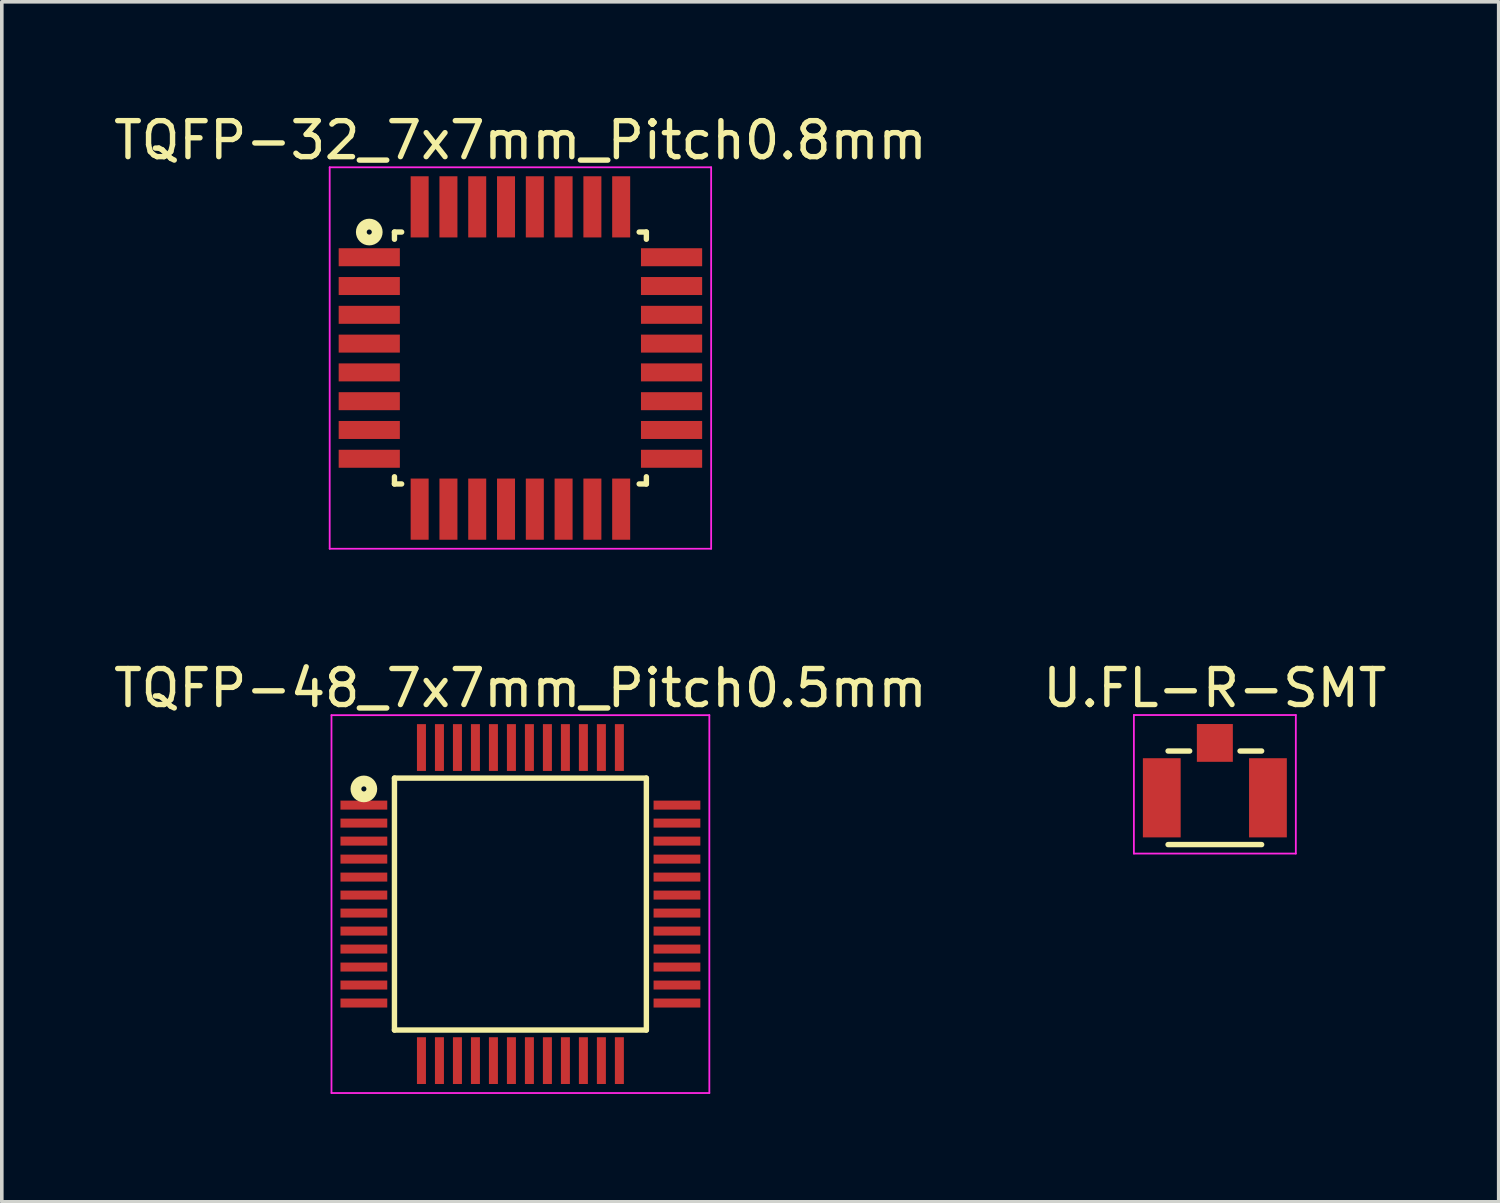
<source format=kicad_pcb>
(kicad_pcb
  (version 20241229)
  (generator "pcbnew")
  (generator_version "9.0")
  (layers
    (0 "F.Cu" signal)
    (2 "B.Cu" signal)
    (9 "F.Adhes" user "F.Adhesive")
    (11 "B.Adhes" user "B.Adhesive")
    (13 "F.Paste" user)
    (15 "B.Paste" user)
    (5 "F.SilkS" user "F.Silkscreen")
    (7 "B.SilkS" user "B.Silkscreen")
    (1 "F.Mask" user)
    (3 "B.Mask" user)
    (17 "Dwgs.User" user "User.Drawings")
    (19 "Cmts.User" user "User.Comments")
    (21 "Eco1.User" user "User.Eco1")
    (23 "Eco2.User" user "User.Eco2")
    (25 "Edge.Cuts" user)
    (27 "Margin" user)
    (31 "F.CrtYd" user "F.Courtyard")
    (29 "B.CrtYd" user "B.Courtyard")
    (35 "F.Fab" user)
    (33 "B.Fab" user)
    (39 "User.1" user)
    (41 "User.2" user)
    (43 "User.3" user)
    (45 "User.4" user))
  (footprint "U.FL-R-SMT"
    (layer "F.Cu")
    (at 30.708 19.119)
    (property "Reference" "U.FL-R-SMT" (at 0 -3.048 0) (layer "F.SilkS") (effects (font (size 1 1) (thickness 0.15))))
    (attr through_hole)
    (fp_line (start -1.3 -1.3) (end -0.7 -1.3) (stroke (width 0.15) (type solid)) (layer "F.SilkS"))
    (fp_line (start -1.3 1.3) (end 1.3 1.3) (stroke (width 0.15) (type solid)) (layer "F.SilkS"))
    (fp_line (start 0.7 -1.3) (end 1.3 -1.3) (stroke (width 0.15) (type solid)) (layer "F.SilkS"))
    (fp_line (start -2.25 -2.3) (end -2.25 1.55) (stroke (width 0.05) (type solid)) (layer "F.CrtYd"))
    (fp_line (start -2.25 1.55) (end 2.25 1.55) (stroke (width 0.05) (type solid)) (layer "F.CrtYd"))
    (fp_line (start 2.25 -2.3) (end -2.25 -2.3) (stroke (width 0.05) (type solid)) (layer "F.CrtYd"))
    (fp_line (start 2.25 1.55) (end 2.25 -2.3) (stroke (width 0.05) (type solid)) (layer "F.CrtYd"))
    (pad "1" smd rect (at 0 -1.525) (size 1 1.05) (layers "F.Cu" "F.Mask" "F.Paste"))
    (pad "2" smd rect (at -1.475 0) (size 1.05 2.2) (layers "F.Cu" "F.Mask" "F.Paste"))
    (pad "3" smd rect (at 1.475 0) (size 1.05 2.2) (layers "F.Cu" "F.Mask" "F.Paste")))
  (footprint "TQFP-32_7x7mm_Pitch0.8mm"
    (layer "F.Cu")
    (at 11.411 6.898)
    (property "Reference" "TQFP-32_7x7mm_Pitch0.8mm" (at 0 -6.05 0) (layer "F.SilkS") (effects (font (size 1 1) (thickness 0.15))))
    (attr smd)
    (fp_line (start -3.5 -3.5) (end -3.5 -3.3) (stroke (width 0.15) (type solid)) (layer "F.SilkS"))
    (fp_line (start -3.5 -3.5) (end -3.3 -3.5) (stroke (width 0.15) (type solid)) (layer "F.SilkS"))
    (fp_line (start -3.5 3.5) (end -3.5 3.3) (stroke (width 0.15) (type solid)) (layer "F.SilkS"))
    (fp_line (start -3.5 3.5) (end -3.3 3.5) (stroke (width 0.15) (type solid)) (layer "F.SilkS"))
    (fp_line (start 3.5 -3.5) (end 3.3 -3.5) (stroke (width 0.15) (type solid)) (layer "F.SilkS"))
    (fp_line (start 3.5 -3.5) (end 3.5 -3.3) (stroke (width 0.15) (type solid)) (layer "F.SilkS"))
    (fp_line (start 3.5 3.5) (end 3.3 3.5) (stroke (width 0.15) (type solid)) (layer "F.SilkS"))
    (fp_line (start 3.5 3.5) (end 3.5 3.3) (stroke (width 0.15) (type solid)) (layer "F.SilkS"))
    (fp_circle (center -4.2 -3.5) (end -4.25 -3.55) (stroke (width 0.3) (type solid)) (fill no) (layer "F.SilkS"))
    (fp_line (start -5.3 -5.3) (end -5.3 5.3) (stroke (width 0.05) (type solid)) (layer "F.CrtYd"))
    (fp_line (start -5.3 -5.3) (end 5.3 -5.3) (stroke (width 0.05) (type solid)) (layer "F.CrtYd"))
    (fp_line (start -5.3 5.3) (end 5.3 5.3) (stroke (width 0.05) (type solid)) (layer "F.CrtYd"))
    (fp_line (start 5.3 -5.3) (end 5.3 5.3) (stroke (width 0.05) (type solid)) (layer "F.CrtYd"))
    (pad "1" smd rect (at -4.2 -2.8) (size 1.7 0.5) (layers "F.Cu" "F.Mask" "F.Paste"))
    (pad "2" smd rect (at -4.2 -2) (size 1.7 0.5) (layers "F.Cu" "F.Mask" "F.Paste"))
    (pad "3" smd rect (at -4.2 -1.2) (size 1.7 0.5) (layers "F.Cu" "F.Mask" "F.Paste"))
    (pad "4" smd rect (at -4.2 -0.4) (size 1.7 0.5) (layers "F.Cu" "F.Mask" "F.Paste"))
    (pad "5" smd rect (at -4.2 0.4) (size 1.7 0.5) (layers "F.Cu" "F.Mask" "F.Paste"))
    (pad "6" smd rect (at -4.2 1.2) (size 1.7 0.5) (layers "F.Cu" "F.Mask" "F.Paste"))
    (pad "7" smd rect (at -4.2 2) (size 1.7 0.5) (layers "F.Cu" "F.Mask" "F.Paste"))
    (pad "8" smd rect (at -4.2 2.8) (size 1.7 0.5) (layers "F.Cu" "F.Mask" "F.Paste"))
    (pad "9" smd rect (at -2.8 4.2 90) (size 1.7 0.5) (layers "F.Cu" "F.Mask" "F.Paste"))
    (pad "10" smd rect (at -2 4.2 90) (size 1.7 0.5) (layers "F.Cu" "F.Mask" "F.Paste"))
    (pad "11" smd rect (at -1.2 4.2 90) (size 1.7 0.5) (layers "F.Cu" "F.Mask" "F.Paste"))
    (pad "12" smd rect (at -0.4 4.2 90) (size 1.7 0.5) (layers "F.Cu" "F.Mask" "F.Paste"))
    (pad "13" smd rect (at 0.4 4.2 90) (size 1.7 0.5) (layers "F.Cu" "F.Mask" "F.Paste"))
    (pad "14" smd rect (at 1.2 4.2 90) (size 1.7 0.5) (layers "F.Cu" "F.Mask" "F.Paste"))
    (pad "15" smd rect (at 2 4.2 90) (size 1.7 0.5) (layers "F.Cu" "F.Mask" "F.Paste"))
    (pad "16" smd rect (at 2.8 4.2 90) (size 1.7 0.5) (layers "F.Cu" "F.Mask" "F.Paste"))
    (pad "17" smd rect (at 4.2 2.8) (size 1.7 0.5) (layers "F.Cu" "F.Mask" "F.Paste"))
    (pad "18" smd rect (at 4.2 2) (size 1.7 0.5) (layers "F.Cu" "F.Mask" "F.Paste"))
    (pad "19" smd rect (at 4.2 1.2) (size 1.7 0.5) (layers "F.Cu" "F.Mask" "F.Paste"))
    (pad "20" smd rect (at 4.2 0.4) (size 1.7 0.5) (layers "F.Cu" "F.Mask" "F.Paste"))
    (pad "21" smd rect (at 4.2 -0.4) (size 1.7 0.5) (layers "F.Cu" "F.Mask" "F.Paste"))
    (pad "22" smd rect (at 4.2 -1.2) (size 1.7 0.5) (layers "F.Cu" "F.Mask" "F.Paste"))
    (pad "23" smd rect (at 4.2 -2) (size 1.7 0.5) (layers "F.Cu" "F.Mask" "F.Paste"))
    (pad "24" smd rect (at 4.2 -2.8) (size 1.7 0.5) (layers "F.Cu" "F.Mask" "F.Paste"))
    (pad "25" smd rect (at 2.8 -4.2 90) (size 1.7 0.5) (layers "F.Cu" "F.Mask" "F.Paste"))
    (pad "26" smd rect (at 2 -4.2 90) (size 1.7 0.5) (layers "F.Cu" "F.Mask" "F.Paste"))
    (pad "27" smd rect (at 1.2 -4.2 90) (size 1.7 0.5) (layers "F.Cu" "F.Mask" "F.Paste"))
    (pad "28" smd rect (at 0.4 -4.2 90) (size 1.7 0.5) (layers "F.Cu" "F.Mask" "F.Paste"))
    (pad "29" smd rect (at -0.4 -4.2 90) (size 1.7 0.5) (layers "F.Cu" "F.Mask" "F.Paste"))
    (pad "30" smd rect (at -1.2 -4.2 90) (size 1.7 0.5) (layers "F.Cu" "F.Mask" "F.Paste"))
    (pad "31" smd rect (at -2 -4.2 90) (size 1.7 0.5) (layers "F.Cu" "F.Mask" "F.Paste"))
    (pad "32" smd rect (at -2.8 -4.2 90) (size 1.7 0.5) (layers "F.Cu" "F.Mask" "F.Paste")))
  (footprint "TQFP-48_7x7mm_Pitch0.5mm"
    (layer "F.Cu")
    (at 11.411 22.072)
    (property "Reference" "TQFP-48_7x7mm_Pitch0.5mm" (at 0 -6 0) (layer "F.SilkS") (effects (font (size 1 1) (thickness 0.15))))
    (attr smd)
    (fp_line (start -3.5 -3.5) (end 3.5 -3.5) (stroke (width 0.15) (type solid)) (layer "F.SilkS"))
    (fp_line (start -3.5 3.5) (end -3.5 -3.5) (stroke (width 0.15) (type solid)) (layer "F.SilkS"))
    (fp_line (start -3.5 3.5) (end 3.5 3.5) (stroke (width 0.15) (type solid)) (layer "F.SilkS"))
    (fp_line (start 3.5 3.5) (end 3.5 -3.5) (stroke (width 0.15) (type solid)) (layer "F.SilkS"))
    (fp_circle (center -4.35 -3.2) (end -4.4 -3.25) (stroke (width 0.3) (type solid)) (fill no) (layer "F.SilkS"))
    (fp_line (start -5.25 -5.25) (end -5.25 5.25) (stroke (width 0.05) (type solid)) (layer "F.CrtYd"))
    (fp_line (start -5.25 -5.25) (end 5.25 -5.25) (stroke (width 0.05) (type solid)) (layer "F.CrtYd"))
    (fp_line (start -5.25 5.25) (end 5.25 5.25) (stroke (width 0.05) (type solid)) (layer "F.CrtYd"))
    (fp_line (start 5.25 -5.25) (end 5.25 5.25) (stroke (width 0.05) (type solid)) (layer "F.CrtYd"))
    (pad "1" smd rect (at -4.35 -2.75) (size 1.3 0.25) (layers "F.Cu" "F.Mask" "F.Paste"))
    (pad "2" smd rect (at -4.35 -2.25) (size 1.3 0.25) (layers "F.Cu" "F.Mask" "F.Paste"))
    (pad "3" smd rect (at -4.35 -1.75) (size 1.3 0.25) (layers "F.Cu" "F.Mask" "F.Paste"))
    (pad "4" smd rect (at -4.35 -1.25) (size 1.3 0.25) (layers "F.Cu" "F.Mask" "F.Paste"))
    (pad "5" smd rect (at -4.35 -0.75) (size 1.3 0.25) (layers "F.Cu" "F.Mask" "F.Paste"))
    (pad "6" smd rect (at -4.35 -0.25) (size 1.3 0.25) (layers "F.Cu" "F.Mask" "F.Paste"))
    (pad "7" smd rect (at -4.35 0.25) (size 1.3 0.25) (layers "F.Cu" "F.Mask" "F.Paste"))
    (pad "8" smd rect (at -4.35 0.75) (size 1.3 0.25) (layers "F.Cu" "F.Mask" "F.Paste"))
    (pad "9" smd rect (at -4.35 1.25) (size 1.3 0.25) (layers "F.Cu" "F.Mask" "F.Paste"))
    (pad "10" smd rect (at -4.35 1.75) (size 1.3 0.25) (layers "F.Cu" "F.Mask" "F.Paste"))
    (pad "11" smd rect (at -4.35 2.25) (size 1.3 0.25) (layers "F.Cu" "F.Mask" "F.Paste"))
    (pad "12" smd rect (at -4.35 2.75) (size 1.3 0.25) (layers "F.Cu" "F.Mask" "F.Paste"))
    (pad "13" smd rect (at -2.75 4.35 90) (size 1.3 0.25) (layers "F.Cu" "F.Mask" "F.Paste"))
    (pad "14" smd rect (at -2.25 4.35 90) (size 1.3 0.25) (layers "F.Cu" "F.Mask" "F.Paste"))
    (pad "15" smd rect (at -1.75 4.35 90) (size 1.3 0.25) (layers "F.Cu" "F.Mask" "F.Paste"))
    (pad "16" smd rect (at -1.25 4.35 90) (size 1.3 0.25) (layers "F.Cu" "F.Mask" "F.Paste"))
    (pad "17" smd rect (at -0.75 4.35 90) (size 1.3 0.25) (layers "F.Cu" "F.Mask" "F.Paste"))
    (pad "18" smd rect (at -0.25 4.35 90) (size 1.3 0.25) (layers "F.Cu" "F.Mask" "F.Paste"))
    (pad "19" smd rect (at 0.25 4.35 90) (size 1.3 0.25) (layers "F.Cu" "F.Mask" "F.Paste"))
    (pad "20" smd rect (at 0.75 4.35 90) (size 1.3 0.25) (layers "F.Cu" "F.Mask" "F.Paste"))
    (pad "21" smd rect (at 1.25 4.35 90) (size 1.3 0.25) (layers "F.Cu" "F.Mask" "F.Paste"))
    (pad "22" smd rect (at 1.75 4.35 90) (size 1.3 0.25) (layers "F.Cu" "F.Mask" "F.Paste"))
    (pad "23" smd rect (at 2.25 4.35 90) (size 1.3 0.25) (layers "F.Cu" "F.Mask" "F.Paste"))
    (pad "24" smd rect (at 2.75 4.35 90) (size 1.3 0.25) (layers "F.Cu" "F.Mask" "F.Paste"))
    (pad "25" smd rect (at 4.35 2.75) (size 1.3 0.25) (layers "F.Cu" "F.Mask" "F.Paste"))
    (pad "26" smd rect (at 4.35 2.25) (size 1.3 0.25) (layers "F.Cu" "F.Mask" "F.Paste"))
    (pad "27" smd rect (at 4.35 1.75) (size 1.3 0.25) (layers "F.Cu" "F.Mask" "F.Paste"))
    (pad "28" smd rect (at 4.35 1.25) (size 1.3 0.25) (layers "F.Cu" "F.Mask" "F.Paste"))
    (pad "29" smd rect (at 4.35 0.75) (size 1.3 0.25) (layers "F.Cu" "F.Mask" "F.Paste"))
    (pad "30" smd rect (at 4.35 0.25) (size 1.3 0.25) (layers "F.Cu" "F.Mask" "F.Paste"))
    (pad "31" smd rect (at 4.35 -0.25) (size 1.3 0.25) (layers "F.Cu" "F.Mask" "F.Paste"))
    (pad "32" smd rect (at 4.35 -0.75) (size 1.3 0.25) (layers "F.Cu" "F.Mask" "F.Paste"))
    (pad "33" smd rect (at 4.35 -1.25) (size 1.3 0.25) (layers "F.Cu" "F.Mask" "F.Paste"))
    (pad "34" smd rect (at 4.35 -1.75) (size 1.3 0.25) (layers "F.Cu" "F.Mask" "F.Paste"))
    (pad "35" smd rect (at 4.35 -2.25) (size 1.3 0.25) (layers "F.Cu" "F.Mask" "F.Paste"))
    (pad "36" smd rect (at 4.35 -2.75) (size 1.3 0.25) (layers "F.Cu" "F.Mask" "F.Paste"))
    (pad "37" smd rect (at 2.75 -4.35 90) (size 1.3 0.25) (layers "F.Cu" "F.Mask" "F.Paste"))
    (pad "38" smd rect (at 2.25 -4.35 90) (size 1.3 0.25) (layers "F.Cu" "F.Mask" "F.Paste"))
    (pad "39" smd rect (at 1.75 -4.35 90) (size 1.3 0.25) (layers "F.Cu" "F.Mask" "F.Paste"))
    (pad "40" smd rect (at 1.25 -4.35 90) (size 1.3 0.25) (layers "F.Cu" "F.Mask" "F.Paste"))
    (pad "41" smd rect (at 0.75 -4.35 90) (size 1.3 0.25) (layers "F.Cu" "F.Mask" "F.Paste"))
    (pad "42" smd rect (at 0.25 -4.35 90) (size 1.3 0.25) (layers "F.Cu" "F.Mask" "F.Paste"))
    (pad "43" smd rect (at -0.25 -4.35 90) (size 1.3 0.25) (layers "F.Cu" "F.Mask" "F.Paste"))
    (pad "44" smd rect (at -0.75 -4.35 90) (size 1.3 0.25) (layers "F.Cu" "F.Mask" "F.Paste"))
    (pad "45" smd rect (at -1.25 -4.35 90) (size 1.3 0.25) (layers "F.Cu" "F.Mask" "F.Paste"))
    (pad "46" smd rect (at -1.75 -4.35 90) (size 1.3 0.25) (layers "F.Cu" "F.Mask" "F.Paste"))
    (pad "47" smd rect (at -2.25 -4.35 90) (size 1.3 0.25) (layers "F.Cu" "F.Mask" "F.Paste"))
    (pad "48" smd rect (at -2.75 -4.35 90) (size 1.3 0.25) (layers "F.Cu" "F.Mask" "F.Paste")))
  (gr_rect
    (start -3 -3)
    (end 38.595 30.346)
    (stroke (width 0.1) (type default))
    (fill no)
    (layer "Edge.Cuts")))
</source>
